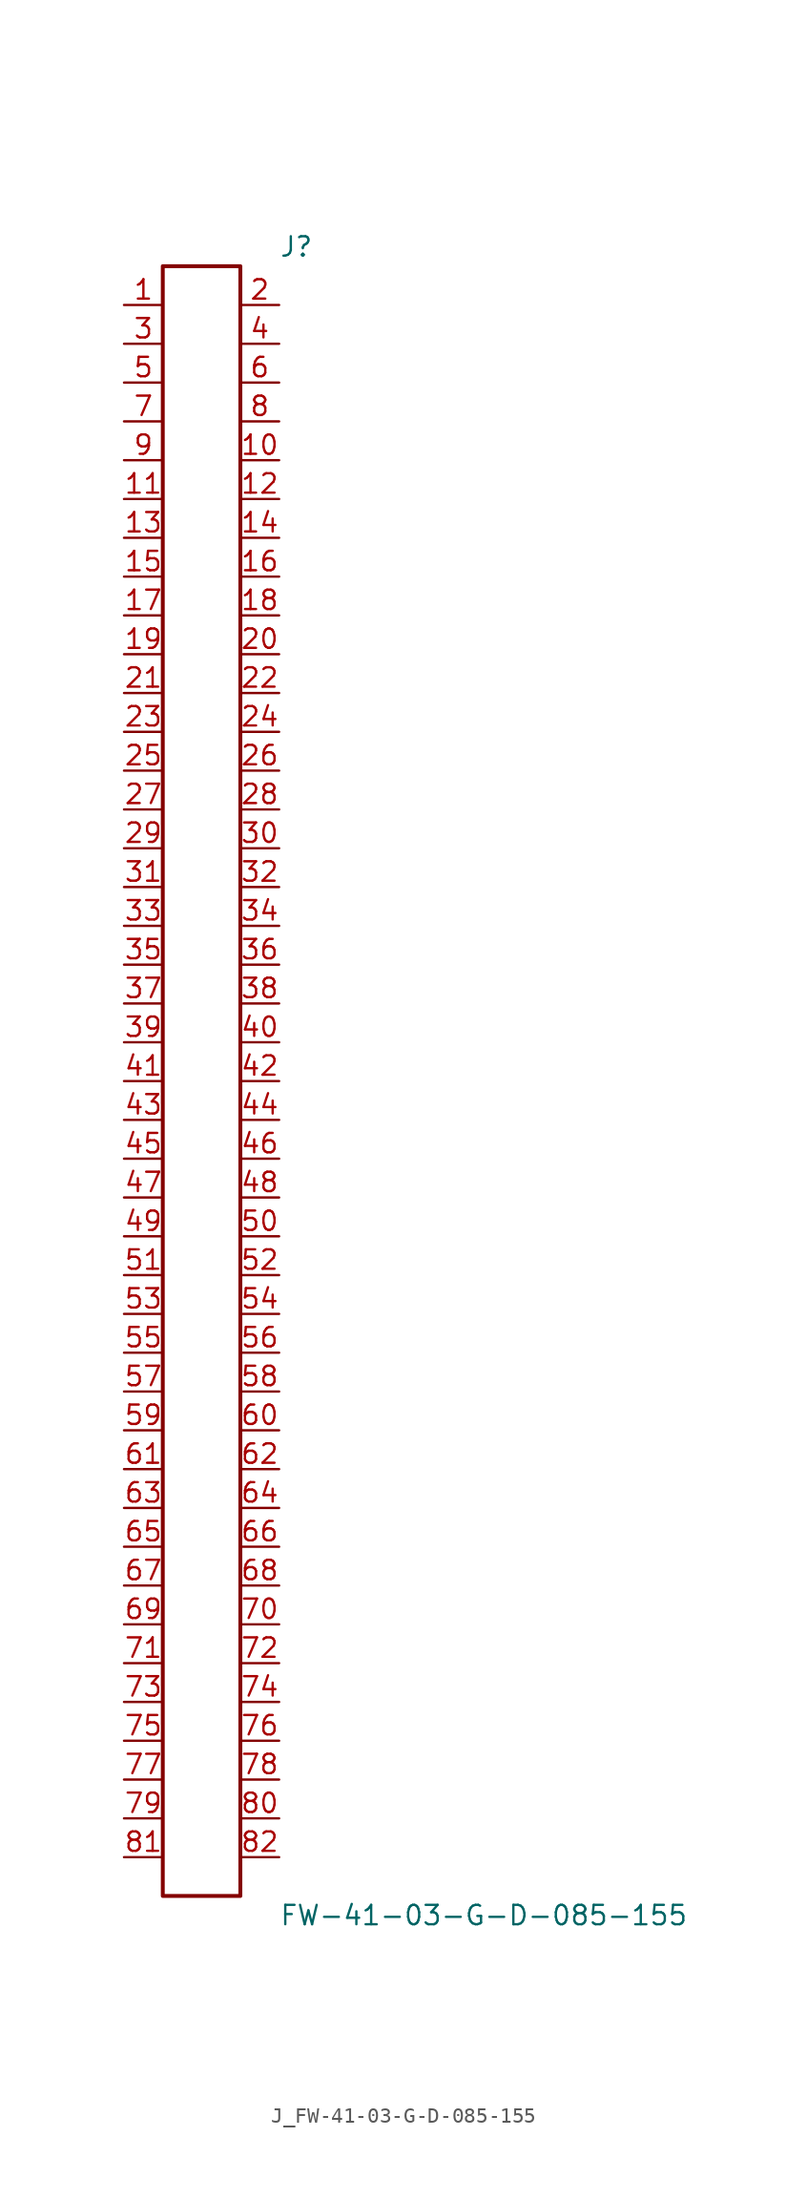
<source format=kicad_sym>
(kicad_symbol_lib
  (version 20231120)
  (generator kicad_symbol_editor)
  (generator_version 8.0)
  (symbol "J_FW-41-03-G-D-085-155"
    (pin_names
      (offset 0.254))
    (property "Reference" "J"
      (at 5.08 54.61 0)
      (effects (font (size 1.27 1.27)) (justify left)))
    (property "Value" "FW-41-03-G-D-085-155"
      (at 5.08 -54.61 0)
      (effects (font (size 1.27 1.27)) (justify left)))
    (symbol "J_FW-41-03-G-D-085-155_0_0"
      (pin unspecified line (at -5.08 50.8 0) (length 2.54) (name "" (effects (font (size 1.27 1.27)))) (number "1" (effects (font (size 1.27 1.27)))))
      (pin unspecified line (at 5.08 50.8 180) (length 2.54) (name "" (effects (font (size 1.27 1.27)))) (number "2" (effects (font (size 1.27 1.27)))))
      (pin unspecified line (at -5.08 48.26 0) (length 2.54) (name "" (effects (font (size 1.27 1.27)))) (number "3" (effects (font (size 1.27 1.27)))))
      (pin unspecified line (at 5.08 48.26 180) (length 2.54) (name "" (effects (font (size 1.27 1.27)))) (number "4" (effects (font (size 1.27 1.27)))))
      (pin unspecified line (at -5.08 45.72 0) (length 2.54) (name "" (effects (font (size 1.27 1.27)))) (number "5" (effects (font (size 1.27 1.27)))))
      (pin unspecified line (at 5.08 45.72 180) (length 2.54) (name "" (effects (font (size 1.27 1.27)))) (number "6" (effects (font (size 1.27 1.27)))))
      (pin unspecified line (at -5.08 43.18 0) (length 2.54) (name "" (effects (font (size 1.27 1.27)))) (number "7" (effects (font (size 1.27 1.27)))))
      (pin unspecified line (at 5.08 43.18 180) (length 2.54) (name "" (effects (font (size 1.27 1.27)))) (number "8" (effects (font (size 1.27 1.27)))))
      (pin unspecified line (at -5.08 40.64 0) (length 2.54) (name "" (effects (font (size 1.27 1.27)))) (number "9" (effects (font (size 1.27 1.27)))))
      (pin unspecified line (at 5.08 40.64 180) (length 2.54) (name "" (effects (font (size 1.27 1.27)))) (number "10" (effects (font (size 1.27 1.27)))))
      (pin unspecified line (at -5.08 38.1 0) (length 2.54) (name "" (effects (font (size 1.27 1.27)))) (number "11" (effects (font (size 1.27 1.27)))))
      (pin unspecified line (at 5.08 38.1 180) (length 2.54) (name "" (effects (font (size 1.27 1.27)))) (number "12" (effects (font (size 1.27 1.27)))))
      (pin unspecified line (at -5.08 35.56 0) (length 2.54) (name "" (effects (font (size 1.27 1.27)))) (number "13" (effects (font (size 1.27 1.27)))))
      (pin unspecified line (at 5.08 35.56 180) (length 2.54) (name "" (effects (font (size 1.27 1.27)))) (number "14" (effects (font (size 1.27 1.27)))))
      (pin unspecified line (at -5.08 33.02 0) (length 2.54) (name "" (effects (font (size 1.27 1.27)))) (number "15" (effects (font (size 1.27 1.27)))))
      (pin unspecified line (at 5.08 33.02 180) (length 2.54) (name "" (effects (font (size 1.27 1.27)))) (number "16" (effects (font (size 1.27 1.27)))))
      (pin unspecified line (at -5.08 30.48 0) (length 2.54) (name "" (effects (font (size 1.27 1.27)))) (number "17" (effects (font (size 1.27 1.27)))))
      (pin unspecified line (at 5.08 30.48 180) (length 2.54) (name "" (effects (font (size 1.27 1.27)))) (number "18" (effects (font (size 1.27 1.27)))))
      (pin unspecified line (at -5.08 27.94 0) (length 2.54) (name "" (effects (font (size 1.27 1.27)))) (number "19" (effects (font (size 1.27 1.27)))))
      (pin unspecified line (at 5.08 27.94 180) (length 2.54) (name "" (effects (font (size 1.27 1.27)))) (number "20" (effects (font (size 1.27 1.27)))))
      (pin unspecified line (at -5.08 25.4 0) (length 2.54) (name "" (effects (font (size 1.27 1.27)))) (number "21" (effects (font (size 1.27 1.27)))))
      (pin unspecified line (at 5.08 25.4 180) (length 2.54) (name "" (effects (font (size 1.27 1.27)))) (number "22" (effects (font (size 1.27 1.27)))))
      (pin unspecified line (at -5.08 22.86 0) (length 2.54) (name "" (effects (font (size 1.27 1.27)))) (number "23" (effects (font (size 1.27 1.27)))))
      (pin unspecified line (at 5.08 22.86 180) (length 2.54) (name "" (effects (font (size 1.27 1.27)))) (number "24" (effects (font (size 1.27 1.27)))))
      (pin unspecified line (at -5.08 20.32 0) (length 2.54) (name "" (effects (font (size 1.27 1.27)))) (number "25" (effects (font (size 1.27 1.27)))))
      (pin unspecified line (at 5.08 20.32 180) (length 2.54) (name "" (effects (font (size 1.27 1.27)))) (number "26" (effects (font (size 1.27 1.27)))))
      (pin unspecified line (at -5.08 17.78 0) (length 2.54) (name "" (effects (font (size 1.27 1.27)))) (number "27" (effects (font (size 1.27 1.27)))))
      (pin unspecified line (at 5.08 17.78 180) (length 2.54) (name "" (effects (font (size 1.27 1.27)))) (number "28" (effects (font (size 1.27 1.27)))))
      (pin unspecified line (at -5.08 15.24 0) (length 2.54) (name "" (effects (font (size 1.27 1.27)))) (number "29" (effects (font (size 1.27 1.27)))))
      (pin unspecified line (at 5.08 15.24 180) (length 2.54) (name "" (effects (font (size 1.27 1.27)))) (number "30" (effects (font (size 1.27 1.27)))))
      (pin unspecified line (at -5.08 12.7 0) (length 2.54) (name "" (effects (font (size 1.27 1.27)))) (number "31" (effects (font (size 1.27 1.27)))))
      (pin unspecified line (at 5.08 12.7 180) (length 2.54) (name "" (effects (font (size 1.27 1.27)))) (number "32" (effects (font (size 1.27 1.27)))))
      (pin unspecified line (at -5.08 10.16 0) (length 2.54) (name "" (effects (font (size 1.27 1.27)))) (number "33" (effects (font (size 1.27 1.27)))))
      (pin unspecified line (at 5.08 10.16 180) (length 2.54) (name "" (effects (font (size 1.27 1.27)))) (number "34" (effects (font (size 1.27 1.27)))))
      (pin unspecified line (at -5.08 7.62 0) (length 2.54) (name "" (effects (font (size 1.27 1.27)))) (number "35" (effects (font (size 1.27 1.27)))))
      (pin unspecified line (at 5.08 7.62 180) (length 2.54) (name "" (effects (font (size 1.27 1.27)))) (number "36" (effects (font (size 1.27 1.27)))))
      (pin unspecified line (at -5.08 5.08 0) (length 2.54) (name "" (effects (font (size 1.27 1.27)))) (number "37" (effects (font (size 1.27 1.27)))))
      (pin unspecified line (at 5.08 5.08 180) (length 2.54) (name "" (effects (font (size 1.27 1.27)))) (number "38" (effects (font (size 1.27 1.27)))))
      (pin unspecified line (at -5.08 2.54 0) (length 2.54) (name "" (effects (font (size 1.27 1.27)))) (number "39" (effects (font (size 1.27 1.27)))))
      (pin unspecified line (at 5.08 2.54 180) (length 2.54) (name "" (effects (font (size 1.27 1.27)))) (number "40" (effects (font (size 1.27 1.27)))))
      (pin unspecified line (at -5.08 0.0 0) (length 2.54) (name "" (effects (font (size 1.27 1.27)))) (number "41" (effects (font (size 1.27 1.27)))))
      (pin unspecified line (at 5.08 0.0 180) (length 2.54) (name "" (effects (font (size 1.27 1.27)))) (number "42" (effects (font (size 1.27 1.27)))))
      (pin unspecified line (at -5.08 -2.54 0) (length 2.54) (name "" (effects (font (size 1.27 1.27)))) (number "43" (effects (font (size 1.27 1.27)))))
      (pin unspecified line (at 5.08 -2.54 180) (length 2.54) (name "" (effects (font (size 1.27 1.27)))) (number "44" (effects (font (size 1.27 1.27)))))
      (pin unspecified line (at -5.08 -5.08 0) (length 2.54) (name "" (effects (font (size 1.27 1.27)))) (number "45" (effects (font (size 1.27 1.27)))))
      (pin unspecified line (at 5.08 -5.08 180) (length 2.54) (name "" (effects (font (size 1.27 1.27)))) (number "46" (effects (font (size 1.27 1.27)))))
      (pin unspecified line (at -5.08 -7.62 0) (length 2.54) (name "" (effects (font (size 1.27 1.27)))) (number "47" (effects (font (size 1.27 1.27)))))
      (pin unspecified line (at 5.08 -7.62 180) (length 2.54) (name "" (effects (font (size 1.27 1.27)))) (number "48" (effects (font (size 1.27 1.27)))))
      (pin unspecified line (at -5.08 -10.16 0) (length 2.54) (name "" (effects (font (size 1.27 1.27)))) (number "49" (effects (font (size 1.27 1.27)))))
      (pin unspecified line (at 5.08 -10.16 180) (length 2.54) (name "" (effects (font (size 1.27 1.27)))) (number "50" (effects (font (size 1.27 1.27)))))
      (pin unspecified line (at -5.08 -12.7 0) (length 2.54) (name "" (effects (font (size 1.27 1.27)))) (number "51" (effects (font (size 1.27 1.27)))))
      (pin unspecified line (at 5.08 -12.7 180) (length 2.54) (name "" (effects (font (size 1.27 1.27)))) (number "52" (effects (font (size 1.27 1.27)))))
      (pin unspecified line (at -5.08 -15.24 0) (length 2.54) (name "" (effects (font (size 1.27 1.27)))) (number "53" (effects (font (size 1.27 1.27)))))
      (pin unspecified line (at 5.08 -15.24 180) (length 2.54) (name "" (effects (font (size 1.27 1.27)))) (number "54" (effects (font (size 1.27 1.27)))))
      (pin unspecified line (at -5.08 -17.78 0) (length 2.54) (name "" (effects (font (size 1.27 1.27)))) (number "55" (effects (font (size 1.27 1.27)))))
      (pin unspecified line (at 5.08 -17.78 180) (length 2.54) (name "" (effects (font (size 1.27 1.27)))) (number "56" (effects (font (size 1.27 1.27)))))
      (pin unspecified line (at -5.08 -20.32 0) (length 2.54) (name "" (effects (font (size 1.27 1.27)))) (number "57" (effects (font (size 1.27 1.27)))))
      (pin unspecified line (at 5.08 -20.32 180) (length 2.54) (name "" (effects (font (size 1.27 1.27)))) (number "58" (effects (font (size 1.27 1.27)))))
      (pin unspecified line (at -5.08 -22.86 0) (length 2.54) (name "" (effects (font (size 1.27 1.27)))) (number "59" (effects (font (size 1.27 1.27)))))
      (pin unspecified line (at 5.08 -22.86 180) (length 2.54) (name "" (effects (font (size 1.27 1.27)))) (number "60" (effects (font (size 1.27 1.27)))))
      (pin unspecified line (at -5.08 -25.4 0) (length 2.54) (name "" (effects (font (size 1.27 1.27)))) (number "61" (effects (font (size 1.27 1.27)))))
      (pin unspecified line (at 5.08 -25.4 180) (length 2.54) (name "" (effects (font (size 1.27 1.27)))) (number "62" (effects (font (size 1.27 1.27)))))
      (pin unspecified line (at -5.08 -27.94 0) (length 2.54) (name "" (effects (font (size 1.27 1.27)))) (number "63" (effects (font (size 1.27 1.27)))))
      (pin unspecified line (at 5.08 -27.94 180) (length 2.54) (name "" (effects (font (size 1.27 1.27)))) (number "64" (effects (font (size 1.27 1.27)))))
      (pin unspecified line (at -5.08 -30.48 0) (length 2.54) (name "" (effects (font (size 1.27 1.27)))) (number "65" (effects (font (size 1.27 1.27)))))
      (pin unspecified line (at 5.08 -30.48 180) (length 2.54) (name "" (effects (font (size 1.27 1.27)))) (number "66" (effects (font (size 1.27 1.27)))))
      (pin unspecified line (at -5.08 -33.02 0) (length 2.54) (name "" (effects (font (size 1.27 1.27)))) (number "67" (effects (font (size 1.27 1.27)))))
      (pin unspecified line (at 5.08 -33.02 180) (length 2.54) (name "" (effects (font (size 1.27 1.27)))) (number "68" (effects (font (size 1.27 1.27)))))
      (pin unspecified line (at -5.08 -35.56 0) (length 2.54) (name "" (effects (font (size 1.27 1.27)))) (number "69" (effects (font (size 1.27 1.27)))))
      (pin unspecified line (at 5.08 -35.56 180) (length 2.54) (name "" (effects (font (size 1.27 1.27)))) (number "70" (effects (font (size 1.27 1.27)))))
      (pin unspecified line (at -5.08 -38.1 0) (length 2.54) (name "" (effects (font (size 1.27 1.27)))) (number "71" (effects (font (size 1.27 1.27)))))
      (pin unspecified line (at 5.08 -38.1 180) (length 2.54) (name "" (effects (font (size 1.27 1.27)))) (number "72" (effects (font (size 1.27 1.27)))))
      (pin unspecified line (at -5.08 -40.64 0) (length 2.54) (name "" (effects (font (size 1.27 1.27)))) (number "73" (effects (font (size 1.27 1.27)))))
      (pin unspecified line (at 5.08 -40.64 180) (length 2.54) (name "" (effects (font (size 1.27 1.27)))) (number "74" (effects (font (size 1.27 1.27)))))
      (pin unspecified line (at -5.08 -43.18 0) (length 2.54) (name "" (effects (font (size 1.27 1.27)))) (number "75" (effects (font (size 1.27 1.27)))))
      (pin unspecified line (at 5.08 -43.18 180) (length 2.54) (name "" (effects (font (size 1.27 1.27)))) (number "76" (effects (font (size 1.27 1.27)))))
      (pin unspecified line (at -5.08 -45.72 0) (length 2.54) (name "" (effects (font (size 1.27 1.27)))) (number "77" (effects (font (size 1.27 1.27)))))
      (pin unspecified line (at 5.08 -45.72 180) (length 2.54) (name "" (effects (font (size 1.27 1.27)))) (number "78" (effects (font (size 1.27 1.27)))))
      (pin unspecified line (at -5.08 -48.26 0) (length 2.54) (name "" (effects (font (size 1.27 1.27)))) (number "79" (effects (font (size 1.27 1.27)))))
      (pin unspecified line (at 5.08 -48.26 180) (length 2.54) (name "" (effects (font (size 1.27 1.27)))) (number "80" (effects (font (size 1.27 1.27)))))
      (pin unspecified line (at -5.08 -50.8 0) (length 2.54) (name "" (effects (font (size 1.27 1.27)))) (number "81" (effects (font (size 1.27 1.27)))))
      (pin unspecified line (at 5.08 -50.8 180) (length 2.54) (name "" (effects (font (size 1.27 1.27)))) (number "82" (effects (font (size 1.27 1.27))))))
    (symbol "J_FW-41-03-G-D-085-155_1_0"
      (rectangle (start -2.54 53.34) (end 2.54 -53.34) (stroke (width 0.254) (type solid)) (fill (type none))))))
</source>
